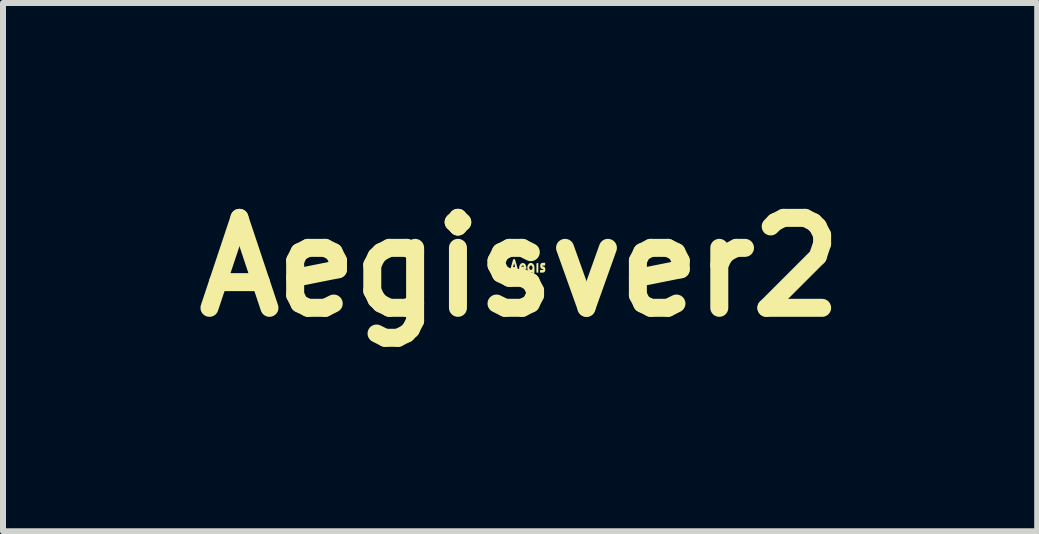
<source format=kicad_pcb>
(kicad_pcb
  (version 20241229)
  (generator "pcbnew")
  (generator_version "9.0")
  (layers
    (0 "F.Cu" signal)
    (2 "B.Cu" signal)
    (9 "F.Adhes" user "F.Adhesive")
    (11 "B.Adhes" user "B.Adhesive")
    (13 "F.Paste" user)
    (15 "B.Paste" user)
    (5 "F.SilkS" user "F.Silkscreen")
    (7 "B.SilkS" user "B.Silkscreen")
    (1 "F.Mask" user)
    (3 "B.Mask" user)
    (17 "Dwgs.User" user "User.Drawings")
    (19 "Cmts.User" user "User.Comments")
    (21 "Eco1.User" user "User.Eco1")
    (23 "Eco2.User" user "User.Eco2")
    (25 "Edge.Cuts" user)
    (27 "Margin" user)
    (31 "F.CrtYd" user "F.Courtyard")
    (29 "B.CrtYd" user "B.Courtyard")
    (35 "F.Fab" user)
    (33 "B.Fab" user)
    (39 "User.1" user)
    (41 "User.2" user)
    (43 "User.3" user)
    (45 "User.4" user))
  (footprint "Aegisver2"
    (layer "F.Cu")
    (at 5.621 1.404)
    (property "Reference" "Aegisver2" (at 0 0 0) (layer "F.SilkS") (effects (font (size 1.5 1.5) (thickness 0.3))))
    (attr board_only exclude_from_pos_files exclude_from_bom)
    (fp_poly (pts (xy 0.304 0.008) (xy 0.304 0.091) (xy 0.289 0.091) (xy 0.273 0.091) (xy 0.273 0.015) (xy 0.273 -0.06) (xy 0.289 -0.067) (xy 0.304 -0.074)) (stroke (width 0) (type solid)) (fill yes) (layer "F.SilkS"))
    (fp_poly (pts (xy -0.054 -0.023) (xy -0.048 0.001) (xy -0.041 0.022) (xy -0.036 0.042) (xy -0.031 0.059) (xy -0.027 0.073) (xy -0.025 0.083) (xy -0.023 0.088) (xy -0.023 0.089) (xy -0.025 0.09) (xy -0.03 0.091) (xy -0.037 0.091) (xy -0.04 0.091) (xy -0.057 0.091) (xy -0.064 0.066) (xy -0.071 0.041) (xy -0.1 0.042) (xy -0.129 0.043) (xy -0.136 0.066) (xy -0.142 0.09) (xy -0.16 0.091) (xy -0.178 0.091) (xy -0.174 0.077) (xy -0.172 0.071) (xy -0.169 0.061) (xy -0.165 0.046) (xy -0.16 0.029) (xy -0.155 0.009) (xy -0.151 -0.003) (xy -0.116 -0.003) (xy -0.115 -0.002) (xy -0.11 -0.000459) (xy -0.102 -0.000016) (xy -0.099 0) (xy -0.092 -0.000148) (xy -0.086 -0.001) (xy -0.083 -0.001) (xy -0.083 -0.001) (xy -0.084 -0.004) (xy -0.085 -0.011) (xy -0.088 -0.021) (xy -0.091 -0.033) (xy -0.1 -0.064) (xy -0.108 -0.036) (xy -0.111 -0.024) (xy -0.114 -0.014) (xy -0.115 -0.006) (xy -0.116 -0.003) (xy -0.151 -0.003) (xy -0.149 -0.012) (xy -0.142 -0.035) (xy -0.115 -0.131) (xy -0.1 -0.132) (xy -0.086 -0.133)) (stroke (width 0) (type solid)) (fill yes) (layer "F.SilkS"))
    (fp_poly (pts (xy 0.418 -0.05) (xy 0.418 -0.028) (xy 0.394 -0.027) (xy 0.384 -0.027) (xy 0.377 -0.026) (xy 0.372 -0.025) (xy 0.37 -0.024) (xy 0.369 -0.022) (xy 0.369 -0.02) (xy 0.369 -0.016) (xy 0.371 -0.014) (xy 0.375 -0.014) (xy 0.39 -0.012) (xy 0.402 -0.005) (xy 0.412 0.005) (xy 0.417 0.015) (xy 0.421 0.03) (xy 0.421 0.046) (xy 0.418 0.06) (xy 0.412 0.073) (xy 0.404 0.083) (xy 0.401 0.085) (xy 0.397 0.088) (xy 0.393 0.089) (xy 0.387 0.09) (xy 0.379 0.091) (xy 0.369 0.091) (xy 0.363 0.091) (xy 0.333 0.091) (xy 0.333 0.069) (xy 0.333 0.047) (xy 0.36 0.047) (xy 0.371 0.047) (xy 0.379 0.047) (xy 0.384 0.046) (xy 0.387 0.044) (xy 0.388 0.043) (xy 0.388 0.037) (xy 0.384 0.033) (xy 0.377 0.031) (xy 0.372 0.03) (xy 0.36 0.028) (xy 0.35 0.02) (xy 0.342 0.009) (xy 0.339 0.002) (xy 0.337 -0.004) (xy 0.337 -0.014) (xy 0.336 -0.021) (xy 0.337 -0.032) (xy 0.338 -0.039) (xy 0.339 -0.045) (xy 0.342 -0.051) (xy 0.348 -0.059) (xy 0.354 -0.065) (xy 0.361 -0.068) (xy 0.37 -0.071) (xy 0.382 -0.072) (xy 0.392 -0.072) (xy 0.418 -0.072)) (stroke (width 0) (type solid)) (fill yes) (layer "F.SilkS"))
    (fp_poly (pts (xy 0.06 -0.067) (xy 0.074 -0.059) (xy 0.085 -0.048) (xy 0.095 -0.032) (xy 0.101 -0.013) (xy 0.105 0.009) (xy 0.105 0.011) (xy 0.106 0.03) (xy 0.063 0.03) (xy 0.048 0.03) (xy 0.037 0.031) (xy 0.029 0.031) (xy 0.024 0.032) (xy 0.022 0.034) (xy 0.022 0.036) (xy 0.025 0.039) (xy 0.029 0.044) (xy 0.029 0.044) (xy 0.038 0.049) (xy 0.049 0.049) (xy 0.059 0.044) (xy 0.067 0.039) (xy 0.078 0.053) (xy 0.088 0.067) (xy 0.081 0.075) (xy 0.069 0.084) (xy 0.056 0.09) (xy 0.042 0.091) (xy 0.027 0.087) (xy 0.022 0.084) (xy 0.008 0.074) (xy -0.003 0.06) (xy -0.01 0.043) (xy -0.015 0.023) (xy -0.015 0.011) (xy -0.013 -0.009) (xy -0.012 -0.013) (xy 0.021 -0.013) (xy 0.022 -0.011) (xy 0.026 -0.009) (xy 0.034 -0.008) (xy 0.044 -0.008) (xy 0.054 -0.008) (xy 0.061 -0.009) (xy 0.067 -0.01) (xy 0.068 -0.011) (xy 0.067 -0.014) (xy 0.064 -0.019) (xy 0.063 -0.019) (xy 0.056 -0.025) (xy 0.047 -0.027) (xy 0.037 -0.026) (xy 0.029 -0.022) (xy 0.029 -0.022) (xy 0.024 -0.017) (xy 0.021 -0.013) (xy -0.012 -0.013) (xy -0.008 -0.028) (xy 0.000487 -0.043) (xy 0.012 -0.056) (xy 0.025 -0.065) (xy 0.039 -0.069) (xy 0.045 -0.069)) (stroke (width 0) (type solid)) (fill yes) (layer "F.SilkS"))
    (fp_poly (pts (xy 0.196 -0.067) (xy 0.21 -0.06) (xy 0.222 -0.048) (xy 0.232 -0.031) (xy 0.234 -0.026) (xy 0.236 -0.021) (xy 0.237 -0.016) (xy 0.238 -0.01) (xy 0.239 -0.002) (xy 0.239 0.009) (xy 0.24 0.023) (xy 0.24 0.034) (xy 0.24 0.056) (xy 0.24 0.074) (xy 0.238 0.088) (xy 0.236 0.099) (xy 0.233 0.109) (xy 0.229 0.118) (xy 0.224 0.124) (xy 0.214 0.136) (xy 0.202 0.145) (xy 0.188 0.15) (xy 0.175 0.151) (xy 0.167 0.15) (xy 0.16 0.147) (xy 0.153 0.142) (xy 0.146 0.137) (xy 0.142 0.133) (xy 0.141 0.132) (xy 0.141 0.129) (xy 0.142 0.125) (xy 0.146 0.119) (xy 0.15 0.114) (xy 0.155 0.106) (xy 0.159 0.102) (xy 0.162 0.101) (xy 0.165 0.102) (xy 0.167 0.104) (xy 0.177 0.108) (xy 0.187 0.107) (xy 0.196 0.101) (xy 0.203 0.092) (xy 0.206 0.086) (xy 0.206 0.083) (xy 0.204 0.083) (xy 0.199 0.085) (xy 0.193 0.087) (xy 0.184 0.088) (xy 0.18 0.088) (xy 0.164 0.086) (xy 0.15 0.079) (xy 0.138 0.067) (xy 0.129 0.05) (xy 0.127 0.047) (xy 0.124 0.038) (xy 0.122 0.031) (xy 0.121 0.022) (xy 0.121 0.012) (xy 0.153 0.012) (xy 0.155 0.024) (xy 0.16 0.035) (xy 0.168 0.043) (xy 0.168 0.043) (xy 0.177 0.047) (xy 0.186 0.046) (xy 0.191 0.043) (xy 0.199 0.036) (xy 0.205 0.025) (xy 0.208 0.013) (xy 0.207 -0.000377) (xy 0.207 -0.001) (xy 0.204 -0.009) (xy 0.199 -0.017) (xy 0.198 -0.019) (xy 0.192 -0.025) (xy 0.186 -0.027) (xy 0.18 -0.028) (xy 0.173 -0.027) (xy 0.167 -0.024) (xy 0.163 -0.019) (xy 0.158 -0.012) (xy 0.154 -0.004) (xy 0.153 -0.001) (xy 0.153 0.012) (xy 0.121 0.012) (xy 0.121 0.01) (xy 0.121 0.01) (xy 0.121 -0.003) (xy 0.122 -0.012) (xy 0.124 -0.02) (xy 0.127 -0.026) (xy 0.136 -0.044) (xy 0.147 -0.057) (xy 0.161 -0.066) (xy 0.176 -0.07) (xy 0.18 -0.07)) (stroke (width 0) (type solid)) (fill yes) (layer "F.SilkS")))
  (gr_rect
    (start -3 -3)
    (end 14.243 5.808)
    (stroke (width 0.1) (type default))
    (fill no)
    (layer "Edge.Cuts")))
</source>
